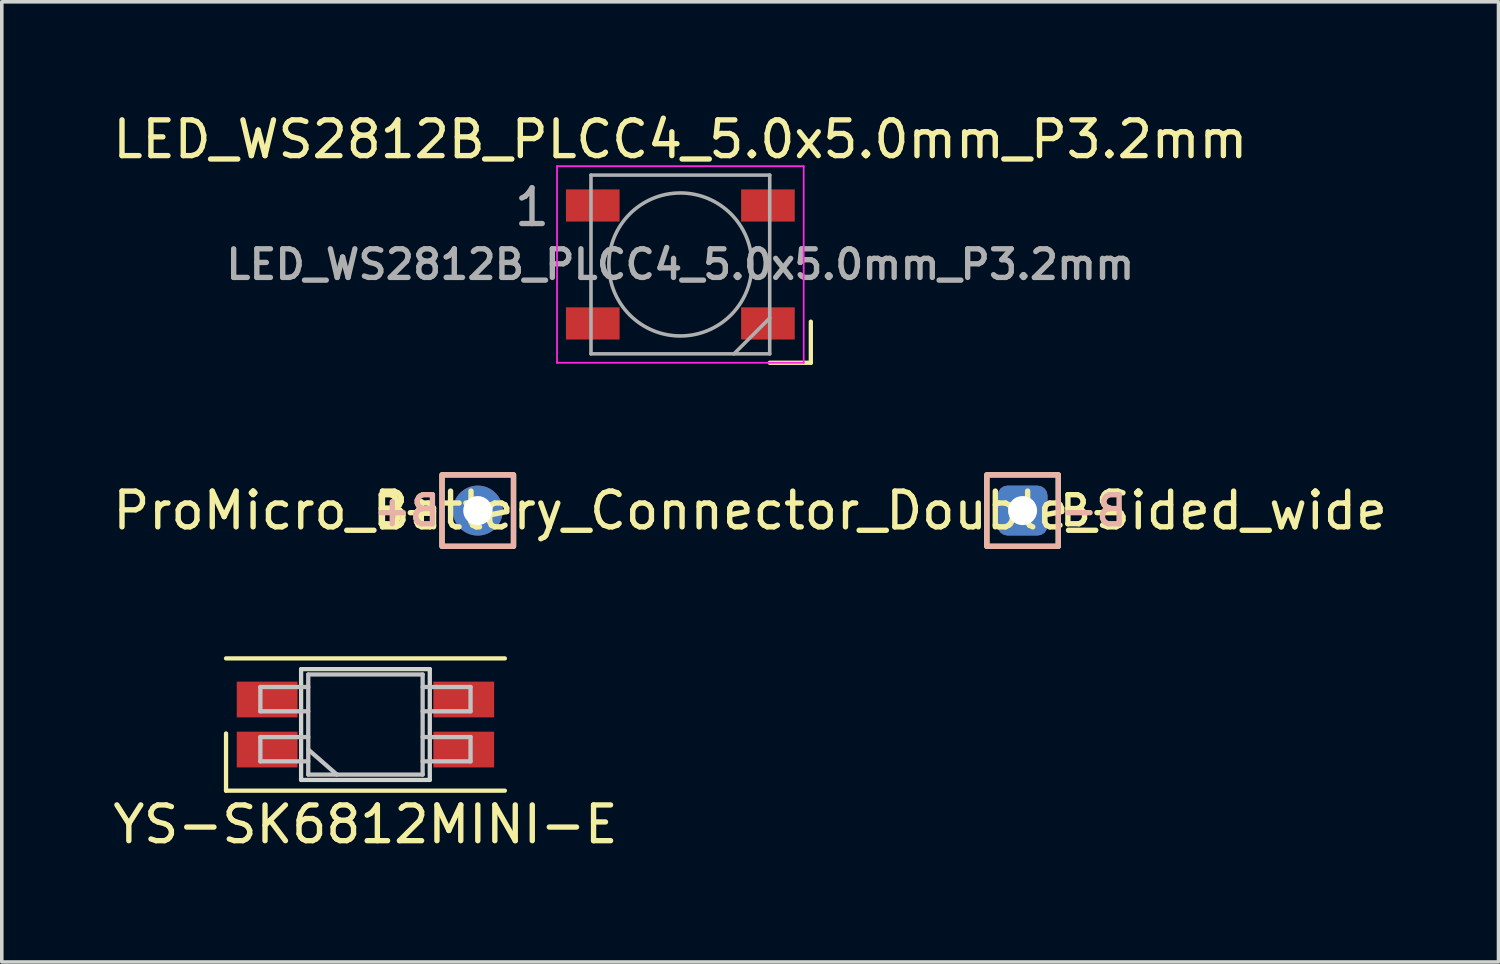
<source format=kicad_pcb>
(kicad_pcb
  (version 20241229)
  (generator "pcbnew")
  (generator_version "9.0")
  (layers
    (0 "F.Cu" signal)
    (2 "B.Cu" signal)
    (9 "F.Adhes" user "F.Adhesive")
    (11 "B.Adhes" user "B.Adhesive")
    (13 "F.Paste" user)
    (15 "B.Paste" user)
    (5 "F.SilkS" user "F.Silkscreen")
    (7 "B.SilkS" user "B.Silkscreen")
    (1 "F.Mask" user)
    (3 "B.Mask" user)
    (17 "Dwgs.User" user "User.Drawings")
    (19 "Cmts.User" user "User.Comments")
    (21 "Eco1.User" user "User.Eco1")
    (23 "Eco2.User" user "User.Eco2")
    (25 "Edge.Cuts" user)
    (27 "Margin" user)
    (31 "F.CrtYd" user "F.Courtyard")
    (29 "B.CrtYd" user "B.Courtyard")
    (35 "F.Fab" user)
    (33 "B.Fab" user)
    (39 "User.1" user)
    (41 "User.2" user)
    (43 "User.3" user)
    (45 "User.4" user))
  (footprint "LED_WS2812B_PLCC4_5.0x5.0mm_P3.2mm"
    (layer "F.Cu")
    (at 15.982 4.348)
    (property "Reference" "LED_WS2812B_PLCC4_5.0x5.0mm_P3.2mm" (at 0 -3.5 0) (layer "F.SilkS") (effects (font (size 1 1) (thickness 0.15))))
    (attr smd)
    (fp_line (start 3.65 2.75) (end 2.5 2.75) (stroke (width 0.12) (type solid)) (layer "F.SilkS"))
    (fp_line (start 3.65 2.75) (end 3.65 1.6) (stroke (width 0.12) (type solid)) (layer "F.SilkS"))
    (fp_line (start -3.45 -2.75) (end -3.45 2.75) (stroke (width 0.05) (type solid)) (layer "F.CrtYd"))
    (fp_line (start -3.45 2.75) (end 3.45 2.75) (stroke (width 0.05) (type solid)) (layer "F.CrtYd"))
    (fp_line (start 3.45 -2.75) (end -3.45 -2.75) (stroke (width 0.05) (type solid)) (layer "F.CrtYd"))
    (fp_line (start 3.45 2.75) (end 3.45 -2.75) (stroke (width 0.05) (type solid)) (layer "F.CrtYd"))
    (fp_line (start -2.5 -2.5) (end -2.5 2.5) (stroke (width 0.1) (type solid)) (layer "F.Fab"))
    (fp_line (start -2.5 2.5) (end 2.5 2.5) (stroke (width 0.1) (type solid)) (layer "F.Fab"))
    (fp_line (start 2.5 -2.5) (end -2.5 -2.5) (stroke (width 0.1) (type solid)) (layer "F.Fab"))
    (fp_line (start 2.5 1.5) (end 1.5 2.5) (stroke (width 0.1) (type solid)) (layer "F.Fab"))
    (fp_line (start 2.5 2.5) (end 2.5 -2.5) (stroke (width 0.1) (type solid)) (layer "F.Fab"))
    (fp_circle (center 0 0) (end 0 -2) (stroke (width 0.1) (type solid)) (fill no) (layer "F.Fab"))
    (fp_text user "1" (at -4.15 -1.6 0) (layer "F.Fab") (effects (font (size 1 1) (thickness 0.15))))
    (fp_text user "${REFERENCE}" (at 0 0 0) (layer "F.Fab") (effects (font (size 0.8 0.8) (thickness 0.15))))
    (pad "1" smd rect (at -2.45 -1.65) (size 1.5 0.9) (layers "F.Cu" "F.Mask" "F.Paste"))
    (pad "2" smd rect (at -2.45 1.65) (size 1.5 0.9) (layers "F.Cu" "F.Mask" "F.Paste"))
    (pad "3" smd rect (at 2.45 1.65) (size 1.5 0.9) (layers "F.Cu" "F.Mask" "F.Paste"))
    (pad "4" smd rect (at 2.45 -1.65) (size 1.5 0.9) (layers "F.Cu" "F.Mask" "F.Paste")))
  (footprint "ProMicro_Battery_Connector_Double_Sided_wide"
    (layer "F.Cu")
    (at 17.935 11.233)
    (property "Reference" "ProMicro_Battery_Connector_Double_Sided_wide" (at 0 0 0) (layer "F.SilkS") (effects (font (size 1 1) (thickness 0.15))))
    (attr through_hole)
    (fp_rect (start -8.62 -1) (end -6.62 1) (stroke (width 0.15) (type solid)) (fill no) (layer "F.SilkS"))
    (fp_rect (start 6.62 -1) (end 8.62 1) (stroke (width 0.15) (type solid)) (fill no) (layer "F.SilkS"))
    (fp_rect (start -8.62 -1) (end -6.62 1) (stroke (width 0.15) (type solid)) (fill no) (layer "B.SilkS"))
    (fp_rect (start 6.62 -1) (end 8.62 1) (stroke (width 0.15) (type solid)) (fill no) (layer "B.SilkS"))
    (fp_text user "B-" (at 9.605 0 0) (layer "F.SilkS") (effects (font (size 0.813 0.813) (thickness 0.15))))
    (fp_text user "B+" (at -9.605 0 0) (layer "F.SilkS") (effects (font (size 0.813 0.813) (thickness 0.15))))
    (fp_text user "B-" (at 9.605 0 0) (layer "B.SilkS") (effects (font (size 0.813 0.813) (thickness 0.15)) (justify mirror)))
    (fp_text user "B+" (at -9.605 0 0) (layer "B.SilkS") (effects (font (size 0.813 0.813) (thickness 0.15)) (justify mirror)))
    (pad "1" thru_hole circle (at -7.62 0) (size 1.397 1.397) (drill 0.813) (layers "*.Cu" "*.Mask"))
    (pad "2" thru_hole roundrect (at 7.62 0) (size 1.397 1.397) (drill 0.813) (layers "*.Cu" "*.Mask") (roundrect_rratio 0.2)))
  (footprint "YS-SK6812MINI-E"
    (layer "F.Cu")
    (at 7.173 17.218)
    (property "Reference" "YS-SK6812MINI-E" (at 0 2.794 0) (layer "F.SilkS") (effects (font (size 1 1) (thickness 0.15))))
    (attr through_hole)
    (fp_line (start -3.9 0.25) (end -3.9 1.85) (stroke (width 0.12) (type solid)) (layer "F.SilkS"))
    (fp_line (start -3.9 1.85) (end 3.9 1.85) (stroke (width 0.12) (type solid)) (layer "F.SilkS"))
    (fp_line (start 3.9 -1.85) (end -3.9 -1.85) (stroke (width 0.12) (type solid)) (layer "F.SilkS"))
    (fp_line (start -2.94 -1.05) (end -2.94 -0.37) (stroke (width 0.12) (type solid)) (layer "Dwgs.User"))
    (fp_line (start -2.94 -0.37) (end -1.6 -0.37) (stroke (width 0.12) (type solid)) (layer "Dwgs.User"))
    (fp_line (start -2.94 0.35) (end -2.94 1.03) (stroke (width 0.12) (type solid)) (layer "Dwgs.User"))
    (fp_line (start -2.94 1.03) (end -1.6 1.03) (stroke (width 0.12) (type solid)) (layer "Dwgs.User"))
    (fp_line (start -1.6 -1.4) (end -1.6 1.4) (stroke (width 0.12) (type solid)) (layer "Dwgs.User"))
    (fp_line (start -1.6 -1.4) (end 1.6 -1.4) (stroke (width 0.12) (type solid)) (layer "Dwgs.User"))
    (fp_line (start -1.6 -1.05) (end -2.94 -1.05) (stroke (width 0.12) (type solid)) (layer "Dwgs.User"))
    (fp_line (start -1.6 0.35) (end -2.94 0.35) (stroke (width 0.12) (type solid)) (layer "Dwgs.User"))
    (fp_line (start -1.6 0.7) (end -0.8 1.4) (stroke (width 0.12) (type solid)) (layer "Dwgs.User"))
    (fp_line (start -1.6 1.4) (end 1.6 1.4) (stroke (width 0.12) (type solid)) (layer "Dwgs.User"))
    (fp_line (start 1.6 -1.4) (end 1.6 1.4) (stroke (width 0.12) (type solid)) (layer "Dwgs.User"))
    (fp_line (start 1.6 -0.37) (end 2.94 -0.37) (stroke (width 0.12) (type solid)) (layer "Dwgs.User"))
    (fp_line (start 1.6 1.03) (end 2.94 1.03) (stroke (width 0.12) (type solid)) (layer "Dwgs.User"))
    (fp_line (start 2.94 -1.05) (end 1.6 -1.05) (stroke (width 0.12) (type solid)) (layer "Dwgs.User"))
    (fp_line (start 2.94 -0.37) (end 2.94 -1.05) (stroke (width 0.12) (type solid)) (layer "Dwgs.User"))
    (fp_line (start 2.94 0.35) (end 1.6 0.35) (stroke (width 0.12) (type solid)) (layer "Dwgs.User"))
    (fp_line (start 2.94 1.03) (end 2.94 0.35) (stroke (width 0.12) (type solid)) (layer "Dwgs.User"))
    (fp_line (start -1.8 -1.55) (end -1.8 1.55) (stroke (width 0.12) (type solid)) (layer "Edge.Cuts"))
    (fp_line (start -1.8 1.55) (end 1.8 1.55) (stroke (width 0.12) (type solid)) (layer "Edge.Cuts"))
    (fp_line (start 1.8 -1.55) (end -1.8 -1.55) (stroke (width 0.12) (type solid)) (layer "Edge.Cuts"))
    (fp_line (start 1.8 1.55) (end 1.8 -1.55) (stroke (width 0.12) (type solid)) (layer "Edge.Cuts"))
    (pad "1" smd rect (at 2.75 -0.7) (size 1.7 1) (layers "F.Cu" "F.Mask" "F.Paste"))
    (pad "2" smd rect (at 2.75 0.7) (size 1.7 1) (layers "F.Cu" "F.Mask" "F.Paste"))
    (pad "3" smd rect (at -2.75 0.7) (size 1.7 1) (layers "F.Cu" "F.Mask" "F.Paste"))
    (pad "4" smd rect (at -2.75 -0.7) (size 1.7 1) (layers "F.Cu" "F.Mask" "F.Paste")))
  (gr_rect
    (start -3 -3)
    (end 38.869 23.86)
    (stroke (width 0.1) (type default))
    (fill no)
    (layer "Edge.Cuts")))
</source>
